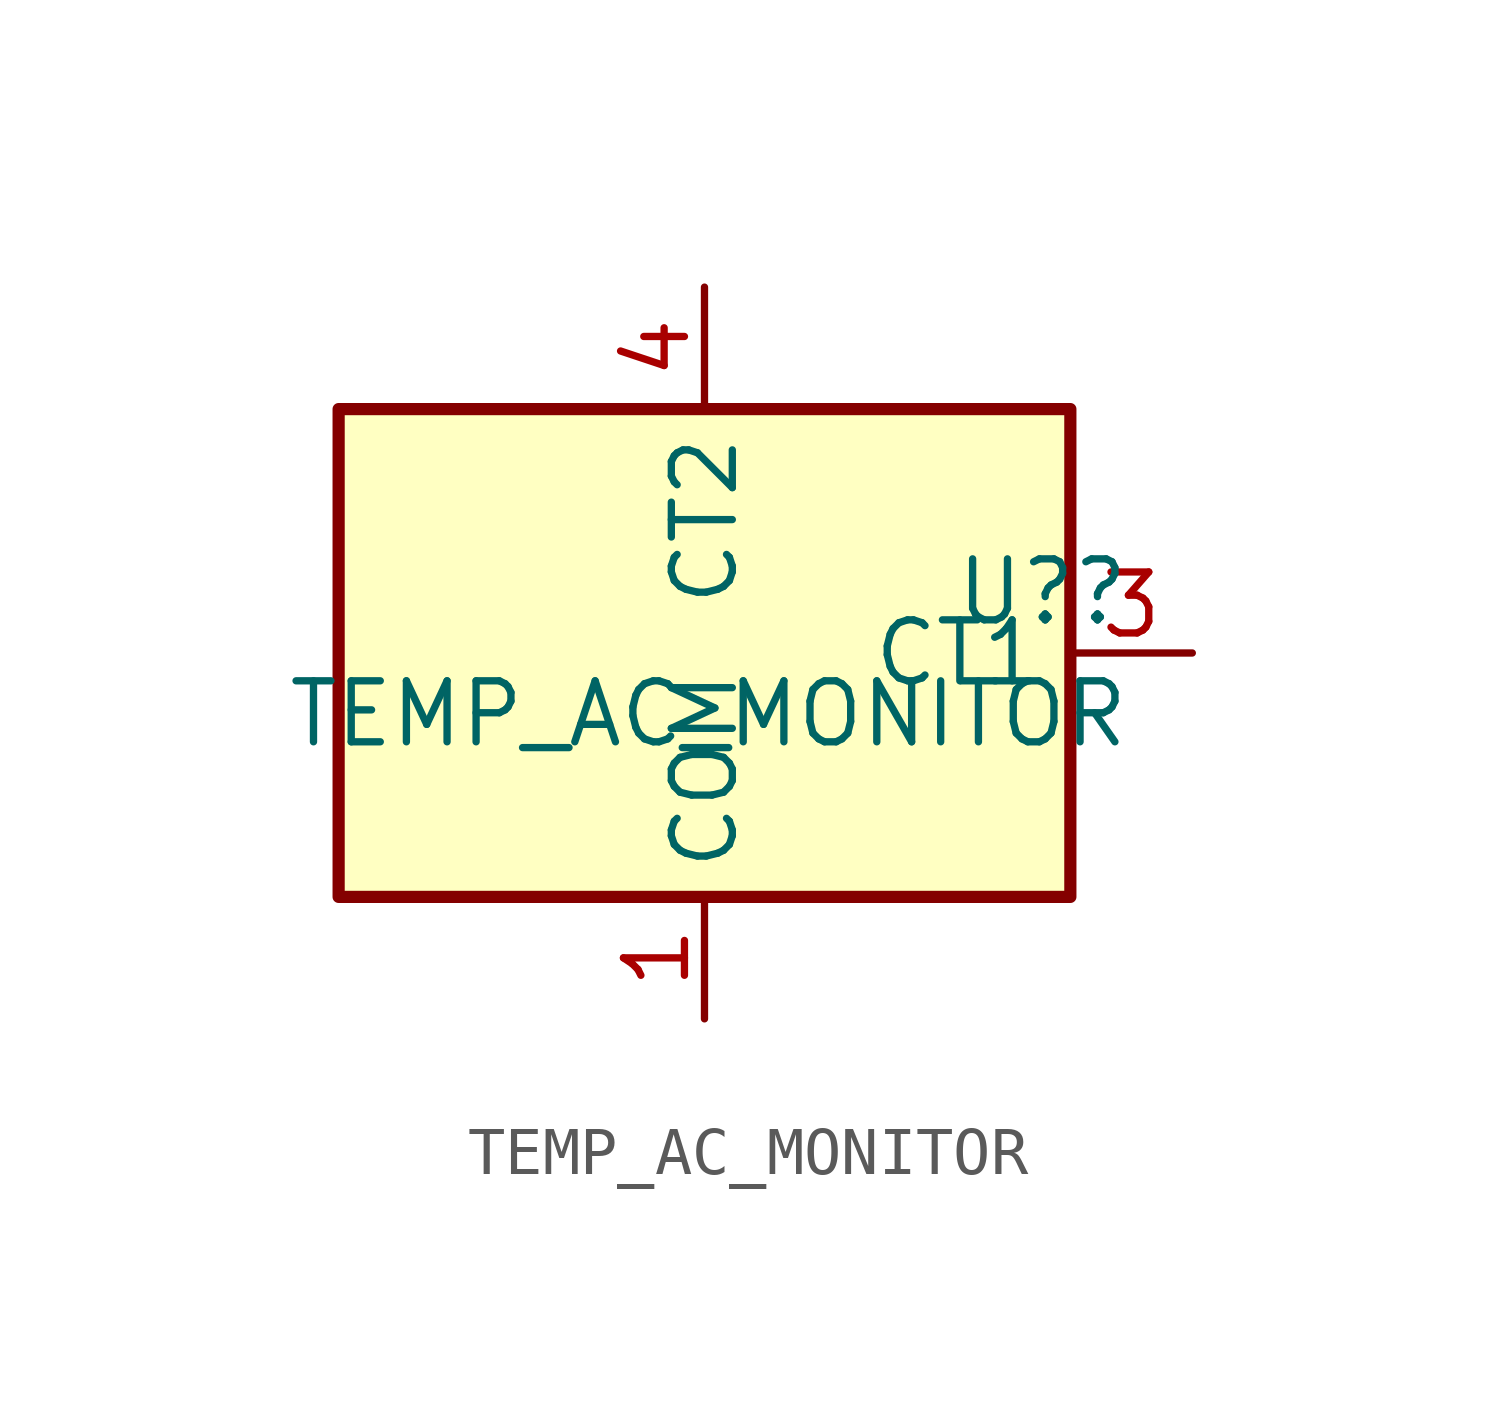
<source format=kicad_sym>
(kicad_symbol_lib
  (version 20211014)
  (generator kicad_symbol_editor)
  (symbol "TEMP_AC_MONITOR"
    (property "Reference" "U?"
      (at 8.89 1.27 0)
      (effects (font (size 1.27 1.27)) (justify right)))
    (property "Value" "TEMP_AC_MONITOR"
      (at 8.89 -1.27 0)
      (effects (font (size 1.27 1.27)) (justify right)))
    (symbol "TEMP_AC_MONITOR_0_1"
      (rectangle (start -7.62 5.08) (end 7.62 -5.08) (stroke (width 0.254) (type default) (color 0 0 0 0)) (fill (type background))))
    (symbol "TEMP_AC_MONITOR_1_1"
      (pin power_in line (at 0 -7.62 90) (length 2.54) (name "COM" (effects (font (size 1.27 1.27)))) (number "1" (effects (font (size 1.27 1.27)))))
      (pin power_in line (at 7.62 -2.54 180) (length 2.54) hide (name "VIN" (effects (font (size 1.27 1.27)))) (number "2" (effects (font (size 1.27 1.27)))))
      (pin passive line (at 10.16 0 180) (length 2.54) (name "CT1" (effects (font (size 1.27 1.27)))) (number "3" (effects (font (size 1.27 1.27)))))
      (pin passive line (at 0 7.62 270) (length 2.54) (name "CT2" (effects (font (size 1.27 1.27)))) (number "4" (effects (font (size 1.27 1.27))))))))
</source>
